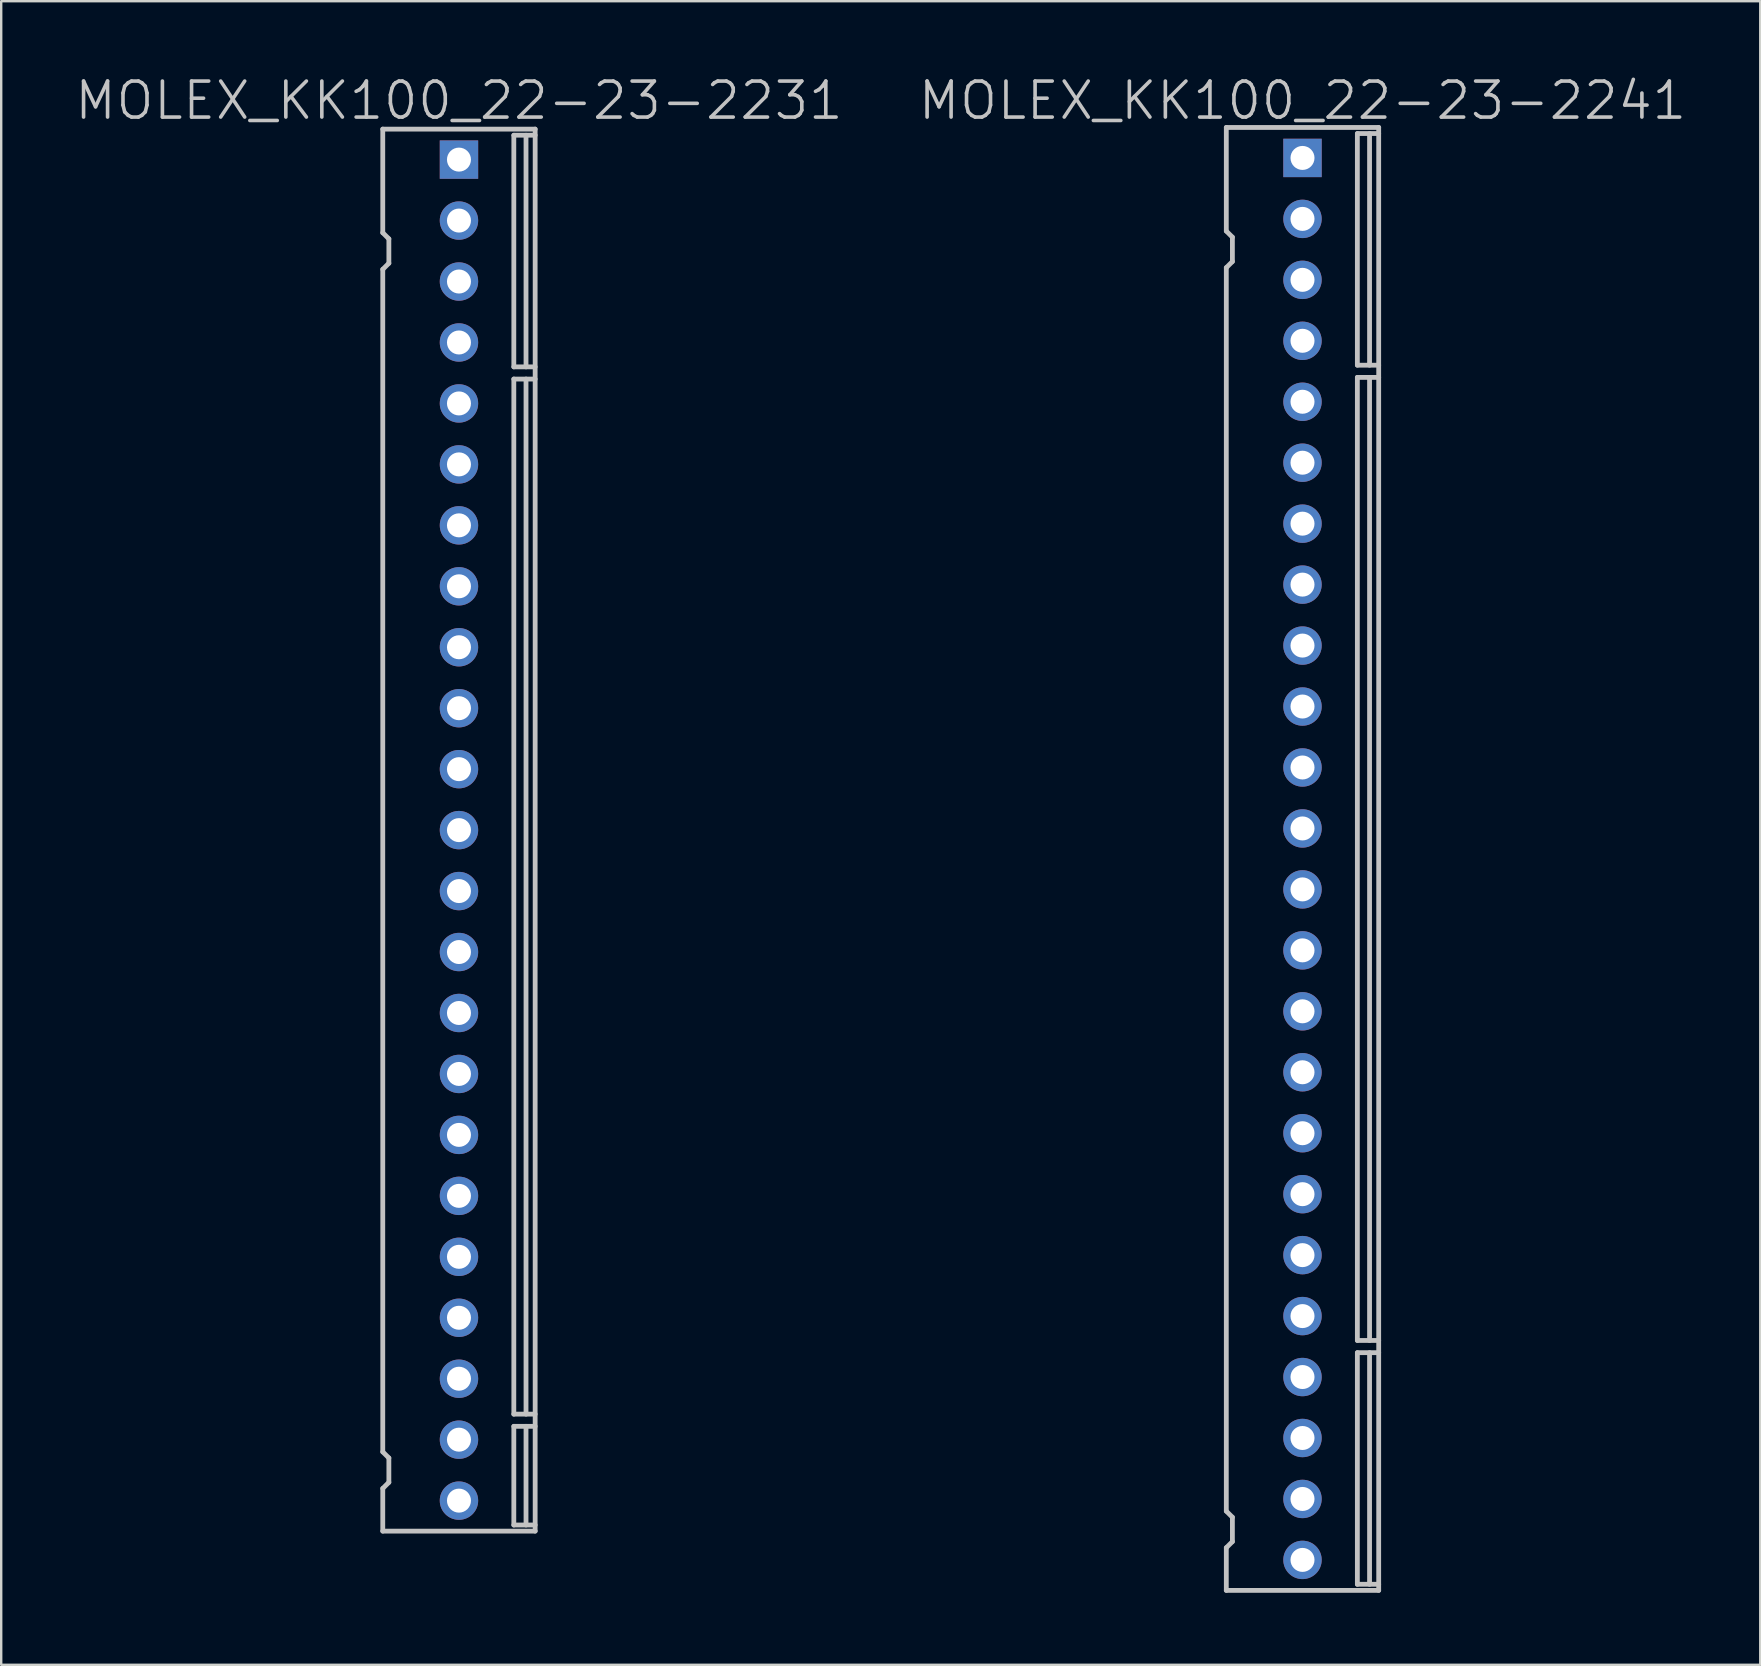
<source format=kicad_pcb>
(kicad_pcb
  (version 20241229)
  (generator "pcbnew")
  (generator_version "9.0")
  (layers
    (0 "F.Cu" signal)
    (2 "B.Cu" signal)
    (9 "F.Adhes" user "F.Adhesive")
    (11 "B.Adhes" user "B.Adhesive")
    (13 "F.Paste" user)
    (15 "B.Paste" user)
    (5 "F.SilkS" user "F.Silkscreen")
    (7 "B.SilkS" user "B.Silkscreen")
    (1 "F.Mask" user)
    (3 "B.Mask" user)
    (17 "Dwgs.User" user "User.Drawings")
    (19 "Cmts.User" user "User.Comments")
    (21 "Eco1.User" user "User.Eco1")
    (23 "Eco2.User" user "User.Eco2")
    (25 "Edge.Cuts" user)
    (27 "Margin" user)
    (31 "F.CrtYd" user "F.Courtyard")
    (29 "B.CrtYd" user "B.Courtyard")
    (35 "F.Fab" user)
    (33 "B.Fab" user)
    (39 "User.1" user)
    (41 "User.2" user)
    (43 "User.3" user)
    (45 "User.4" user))
  (footprint "MOLEX_KK100_22-23-2231"
    (layer "F.Cu")
    (at 16.075 31.541)
    (property "Reference" "MOLEX_KK100_22-23-2231" (at 0 -30.4 180) (layer "Dwgs.User") (effects (font (size 1.5 1.5) (thickness 0.15))))
    (attr through_hole)
    (fp_line (start -3.175 -29.21) (end 3.175 -29.21) (stroke (width 0.2) (type solid)) (layer "Dwgs.User"))
    (fp_line (start -3.175 -24.892) (end -3.175 -29.21) (stroke (width 0.2) (type solid)) (layer "Dwgs.User"))
    (fp_line (start -3.175 25.908) (end -3.175 -23.368) (stroke (width 0.2) (type solid)) (layer "Dwgs.User"))
    (fp_line (start -3.175 27.432) (end -3.175 29.21) (stroke (width 0.2) (type solid)) (layer "Dwgs.User"))
    (fp_line (start -2.921 -24.638) (end -3.175 -24.892) (stroke (width 0.2) (type solid)) (layer "Dwgs.User"))
    (fp_line (start -2.921 -24.638) (end -2.921 -23.622) (stroke (width 0.2) (type solid)) (layer "Dwgs.User"))
    (fp_line (start -2.921 -23.622) (end -3.175 -23.368) (stroke (width 0.2) (type solid)) (layer "Dwgs.User"))
    (fp_line (start -2.921 26.162) (end -3.175 25.908) (stroke (width 0.2) (type solid)) (layer "Dwgs.User"))
    (fp_line (start -2.921 26.162) (end -2.921 27.178) (stroke (width 0.2) (type solid)) (layer "Dwgs.User"))
    (fp_line (start -2.921 27.178) (end -3.175 27.432) (stroke (width 0.2) (type solid)) (layer "Dwgs.User"))
    (fp_line (start 2.286 -28.956) (end 3.175 -28.956) (stroke (width 0.2) (type solid)) (layer "Dwgs.User"))
    (fp_line (start 2.286 -19.304) (end 2.286 -28.956) (stroke (width 0.2) (type solid)) (layer "Dwgs.User"))
    (fp_line (start 2.286 -19.304) (end 3.175 -19.304) (stroke (width 0.2) (type solid)) (layer "Dwgs.User"))
    (fp_line (start 2.286 -18.796) (end 2.286 24.336) (stroke (width 0.2) (type solid)) (layer "Dwgs.User"))
    (fp_line (start 2.286 -18.796) (end 3.175 -18.796) (stroke (width 0.2) (type solid)) (layer "Dwgs.User"))
    (fp_line (start 2.286 24.336) (end 3.175 24.336) (stroke (width 0.2) (type solid)) (layer "Dwgs.User"))
    (fp_line (start 2.286 24.844) (end 2.286 28.956) (stroke (width 0.2) (type solid)) (layer "Dwgs.User"))
    (fp_line (start 2.286 24.844) (end 3.175 24.844) (stroke (width 0.2) (type solid)) (layer "Dwgs.User"))
    (fp_line (start 2.286 28.956) (end 3.175 28.956) (stroke (width 0.2) (type solid)) (layer "Dwgs.User"))
    (fp_line (start 2.794 -19.304) (end 2.794 -28.956) (stroke (width 0.2) (type solid)) (layer "Dwgs.User"))
    (fp_line (start 2.794 24.336) (end 2.794 -18.796) (stroke (width 0.2) (type solid)) (layer "Dwgs.User"))
    (fp_line (start 2.794 24.844) (end 2.794 28.956) (stroke (width 0.2) (type solid)) (layer "Dwgs.User"))
    (fp_line (start 3.175 29.21) (end -3.175 29.21) (stroke (width 0.2) (type solid)) (layer "Dwgs.User"))
    (fp_line (start 3.175 29.21) (end 3.175 -29.21) (stroke (width 0.2) (type solid)) (layer "Dwgs.User"))
    (pad "1" thru_hole rect (at 0 -27.94) (size 1.6 1.6) (drill 1) (layers "*.Cu" "*.Mask"))
    (pad "2" thru_hole circle (at 0 -25.4) (size 1.6 1.6) (drill 1) (layers "*.Cu" "*.Mask"))
    (pad "3" thru_hole circle (at 0 -22.86) (size 1.6 1.6) (drill 1) (layers "*.Cu" "*.Mask"))
    (pad "4" thru_hole circle (at 0 -20.32) (size 1.6 1.6) (drill 1) (layers "*.Cu" "*.Mask"))
    (pad "5" thru_hole circle (at 0 -17.78) (size 1.6 1.6) (drill 1) (layers "*.Cu" "*.Mask"))
    (pad "6" thru_hole circle (at 0 -15.24) (size 1.6 1.6) (drill 1) (layers "*.Cu" "*.Mask"))
    (pad "7" thru_hole circle (at 0 -12.7) (size 1.6 1.6) (drill 1) (layers "*.Cu" "*.Mask"))
    (pad "8" thru_hole circle (at 0 -10.16) (size 1.6 1.6) (drill 1) (layers "*.Cu" "*.Mask"))
    (pad "9" thru_hole circle (at 0 -7.62) (size 1.6 1.6) (drill 1) (layers "*.Cu" "*.Mask"))
    (pad "10" thru_hole circle (at 0 -5.08) (size 1.6 1.6) (drill 1) (layers "*.Cu" "*.Mask"))
    (pad "11" thru_hole circle (at 0 -2.54) (size 1.6 1.6) (drill 1) (layers "*.Cu" "*.Mask"))
    (pad "12" thru_hole circle (at 0 0) (size 1.6 1.6) (drill 1) (layers "*.Cu" "*.Mask"))
    (pad "13" thru_hole circle (at 0 2.54) (size 1.6 1.6) (drill 1) (layers "*.Cu" "*.Mask"))
    (pad "14" thru_hole circle (at 0 5.08) (size 1.6 1.6) (drill 1) (layers "*.Cu" "*.Mask"))
    (pad "15" thru_hole circle (at 0 7.62) (size 1.6 1.6) (drill 1) (layers "*.Cu" "*.Mask"))
    (pad "16" thru_hole circle (at 0 10.16) (size 1.6 1.6) (drill 1) (layers "*.Cu" "*.Mask"))
    (pad "17" thru_hole circle (at 0 12.7) (size 1.6 1.6) (drill 1) (layers "*.Cu" "*.Mask"))
    (pad "18" thru_hole circle (at 0 15.24) (size 1.6 1.6) (drill 1) (layers "*.Cu" "*.Mask"))
    (pad "19" thru_hole circle (at 0 17.78) (size 1.6 1.6) (drill 1) (layers "*.Cu" "*.Mask"))
    (pad "20" thru_hole circle (at 0 20.32) (size 1.6 1.6) (drill 1) (layers "*.Cu" "*.Mask"))
    (pad "21" thru_hole circle (at 0 22.86) (size 1.6 1.6) (drill 1) (layers "*.Cu" "*.Mask"))
    (pad "22" thru_hole circle (at 0 25.4) (size 1.6 1.6) (drill 1) (layers "*.Cu" "*.Mask"))
    (pad "23" thru_hole circle (at 0 27.94) (size 1.6 1.6) (drill 1) (layers "*.Cu" "*.Mask")))
  (footprint "MOLEX_KK100_22-23-2241"
    (layer "F.Cu")
    (at 51.225 32.741)
    (property "Reference" "MOLEX_KK100_22-23-2241" (at 0 -31.6 180) (layer "Dwgs.User") (effects (font (size 1.5 1.5) (thickness 0.15))))
    (attr through_hole)
    (fp_line (start -3.175 -30.48) (end 3.175 -30.48) (stroke (width 0.2) (type solid)) (layer "Dwgs.User"))
    (fp_line (start -3.175 -26.162) (end -3.175 -30.48) (stroke (width 0.2) (type solid)) (layer "Dwgs.User"))
    (fp_line (start -3.175 -24.638) (end -3.175 27.178) (stroke (width 0.2) (type solid)) (layer "Dwgs.User"))
    (fp_line (start -3.175 28.702) (end -3.175 30.48) (stroke (width 0.2) (type solid)) (layer "Dwgs.User"))
    (fp_line (start -2.921 -25.908) (end -3.175 -26.162) (stroke (width 0.2) (type solid)) (layer "Dwgs.User"))
    (fp_line (start -2.921 -25.908) (end -2.921 -24.892) (stroke (width 0.2) (type solid)) (layer "Dwgs.User"))
    (fp_line (start -2.921 -24.892) (end -3.175 -24.638) (stroke (width 0.2) (type solid)) (layer "Dwgs.User"))
    (fp_line (start -2.921 27.432) (end -3.175 27.178) (stroke (width 0.2) (type solid)) (layer "Dwgs.User"))
    (fp_line (start -2.921 27.432) (end -2.921 28.448) (stroke (width 0.2) (type solid)) (layer "Dwgs.User"))
    (fp_line (start -2.921 28.448) (end -3.175 28.702) (stroke (width 0.2) (type solid)) (layer "Dwgs.User"))
    (fp_line (start 2.286 -30.226) (end 3.175 -30.226) (stroke (width 0.2) (type solid)) (layer "Dwgs.User"))
    (fp_line (start 2.286 -20.574) (end 2.286 -30.226) (stroke (width 0.2) (type solid)) (layer "Dwgs.User"))
    (fp_line (start 2.286 -20.574) (end 3.175 -20.574) (stroke (width 0.2) (type solid)) (layer "Dwgs.User"))
    (fp_line (start 2.286 -20.066) (end 2.286 20.066) (stroke (width 0.2) (type solid)) (layer "Dwgs.User"))
    (fp_line (start 2.286 -20.066) (end 3.175 -20.066) (stroke (width 0.2) (type solid)) (layer "Dwgs.User"))
    (fp_line (start 2.286 20.066) (end 3.175 20.066) (stroke (width 0.2) (type solid)) (layer "Dwgs.User"))
    (fp_line (start 2.286 20.574) (end 2.286 30.226) (stroke (width 0.2) (type solid)) (layer "Dwgs.User"))
    (fp_line (start 2.286 20.574) (end 3.175 20.574) (stroke (width 0.2) (type solid)) (layer "Dwgs.User"))
    (fp_line (start 2.286 30.226) (end 3.175 30.226) (stroke (width 0.2) (type solid)) (layer "Dwgs.User"))
    (fp_line (start 2.794 -20.574) (end 2.794 -30.226) (stroke (width 0.2) (type solid)) (layer "Dwgs.User"))
    (fp_line (start 2.794 20.066) (end 2.794 -20.066) (stroke (width 0.2) (type solid)) (layer "Dwgs.User"))
    (fp_line (start 2.794 20.574) (end 2.794 30.226) (stroke (width 0.2) (type solid)) (layer "Dwgs.User"))
    (fp_line (start 3.175 30.48) (end -3.175 30.48) (stroke (width 0.2) (type solid)) (layer "Dwgs.User"))
    (fp_line (start 3.175 30.48) (end 3.175 -30.48) (stroke (width 0.2) (type solid)) (layer "Dwgs.User"))
    (pad "1" thru_hole rect (at 0 -29.21) (size 1.6 1.6) (drill 1) (layers "*.Cu" "*.Mask"))
    (pad "2" thru_hole circle (at 0 -26.67) (size 1.6 1.6) (drill 1) (layers "*.Cu" "*.Mask"))
    (pad "3" thru_hole circle (at 0 -24.13) (size 1.6 1.6) (drill 1) (layers "*.Cu" "*.Mask"))
    (pad "4" thru_hole circle (at 0 -21.59) (size 1.6 1.6) (drill 1) (layers "*.Cu" "*.Mask"))
    (pad "5" thru_hole circle (at 0 -19.05) (size 1.6 1.6) (drill 1) (layers "*.Cu" "*.Mask"))
    (pad "6" thru_hole circle (at 0 -16.51) (size 1.6 1.6) (drill 1) (layers "*.Cu" "*.Mask"))
    (pad "7" thru_hole circle (at 0 -13.97) (size 1.6 1.6) (drill 1) (layers "*.Cu" "*.Mask"))
    (pad "8" thru_hole circle (at 0 -11.43) (size 1.6 1.6) (drill 1) (layers "*.Cu" "*.Mask"))
    (pad "9" thru_hole circle (at 0 -8.89) (size 1.6 1.6) (drill 1) (layers "*.Cu" "*.Mask"))
    (pad "10" thru_hole circle (at 0 -6.35) (size 1.6 1.6) (drill 1) (layers "*.Cu" "*.Mask"))
    (pad "11" thru_hole circle (at 0 -3.81) (size 1.6 1.6) (drill 1) (layers "*.Cu" "*.Mask"))
    (pad "12" thru_hole circle (at 0 -1.27) (size 1.6 1.6) (drill 1) (layers "*.Cu" "*.Mask"))
    (pad "13" thru_hole circle (at 0 1.27) (size 1.6 1.6) (drill 1) (layers "*.Cu" "*.Mask"))
    (pad "14" thru_hole circle (at 0 3.81) (size 1.6 1.6) (drill 1) (layers "*.Cu" "*.Mask"))
    (pad "15" thru_hole circle (at 0 6.35) (size 1.6 1.6) (drill 1) (layers "*.Cu" "*.Mask"))
    (pad "16" thru_hole circle (at 0 8.89) (size 1.6 1.6) (drill 1) (layers "*.Cu" "*.Mask"))
    (pad "17" thru_hole circle (at 0 11.43) (size 1.6 1.6) (drill 1) (layers "*.Cu" "*.Mask"))
    (pad "18" thru_hole circle (at 0 13.97) (size 1.6 1.6) (drill 1) (layers "*.Cu" "*.Mask"))
    (pad "19" thru_hole circle (at 0 16.51) (size 1.6 1.6) (drill 1) (layers "*.Cu" "*.Mask"))
    (pad "20" thru_hole circle (at 0 19.05) (size 1.6 1.6) (drill 1) (layers "*.Cu" "*.Mask"))
    (pad "21" thru_hole circle (at 0 21.59) (size 1.6 1.6) (drill 1) (layers "*.Cu" "*.Mask"))
    (pad "22" thru_hole circle (at 0 24.13) (size 1.6 1.6) (drill 1) (layers "*.Cu" "*.Mask"))
    (pad "23" thru_hole circle (at 0 26.67) (size 1.6 1.6) (drill 1) (layers "*.Cu" "*.Mask"))
    (pad "24" thru_hole circle (at 0 29.21) (size 1.6 1.6) (drill 1) (layers "*.Cu" "*.Mask")))
  (gr_rect
    (start -3 -3)
    (end 70.3 66.321)
    (stroke (width 0.1) (type default))
    (fill no)
    (layer "Edge.Cuts")))
</source>
